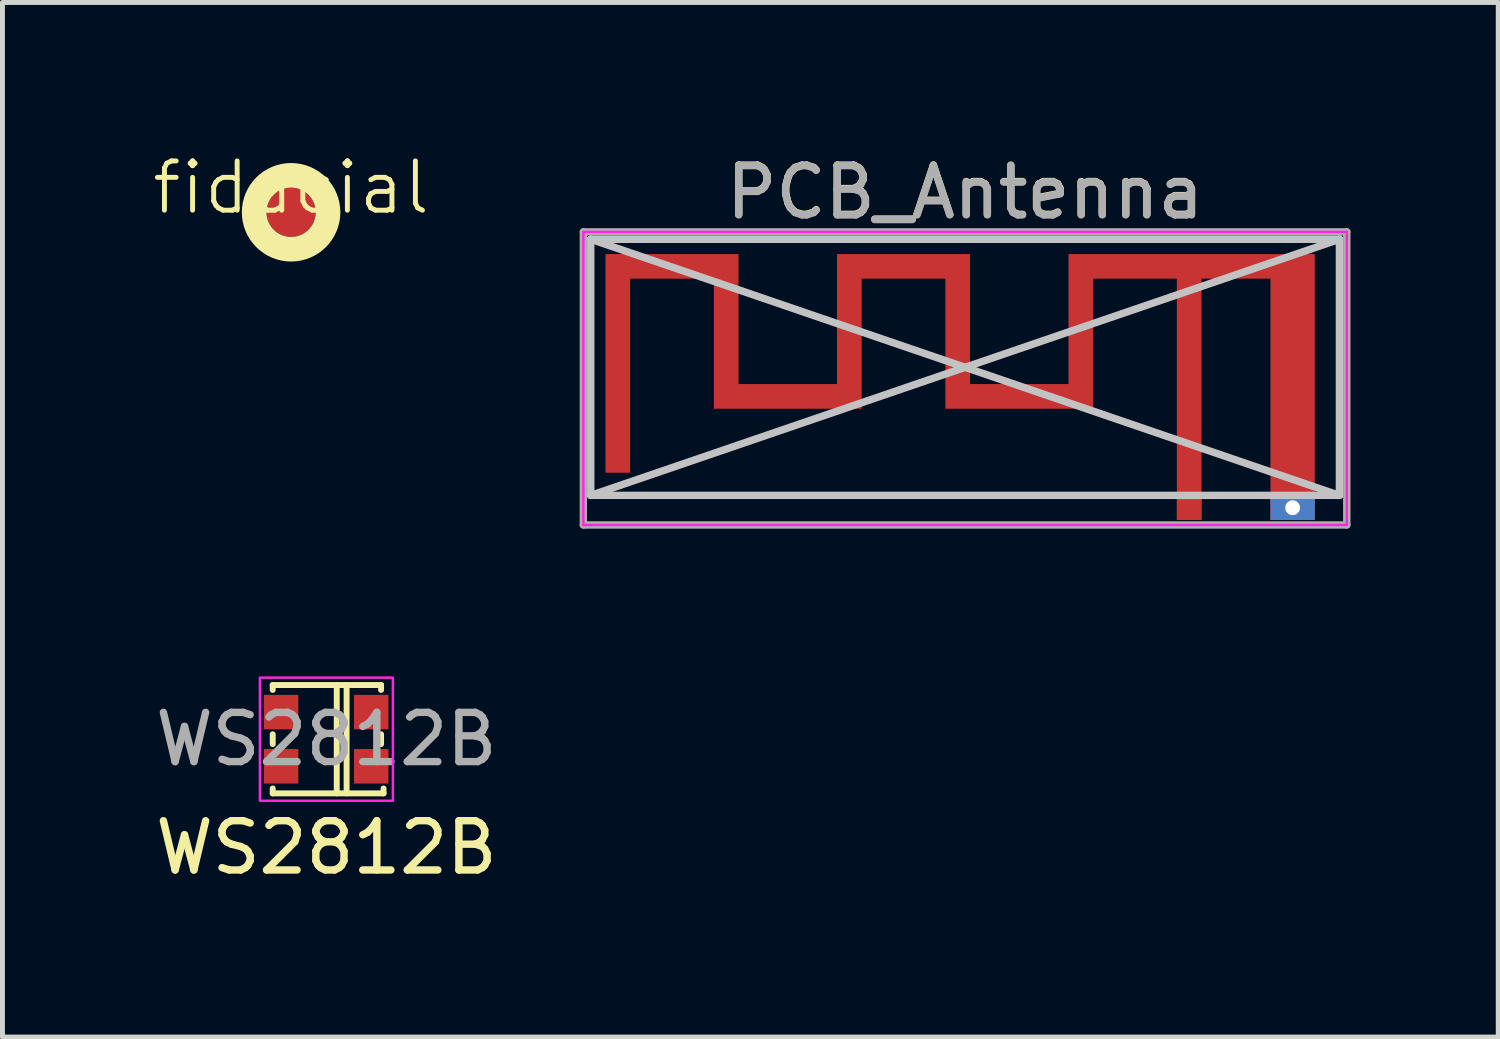
<source format=kicad_pcb>
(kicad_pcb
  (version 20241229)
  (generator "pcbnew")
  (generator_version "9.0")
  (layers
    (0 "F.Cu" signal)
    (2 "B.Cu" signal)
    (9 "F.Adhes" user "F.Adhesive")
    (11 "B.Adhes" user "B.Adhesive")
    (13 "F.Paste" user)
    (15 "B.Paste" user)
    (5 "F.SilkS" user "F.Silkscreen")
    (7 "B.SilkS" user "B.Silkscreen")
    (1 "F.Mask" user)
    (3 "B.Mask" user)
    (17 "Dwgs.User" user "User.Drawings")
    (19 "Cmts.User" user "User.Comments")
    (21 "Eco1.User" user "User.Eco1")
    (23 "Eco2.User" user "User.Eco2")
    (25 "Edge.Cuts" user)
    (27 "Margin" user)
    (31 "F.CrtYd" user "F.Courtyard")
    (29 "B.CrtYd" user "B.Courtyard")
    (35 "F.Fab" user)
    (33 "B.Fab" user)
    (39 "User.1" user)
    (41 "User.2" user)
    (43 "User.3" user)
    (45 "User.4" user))
  (footprint "WS2812B"
    (layer "F.Cu")
    (at 3.577 11.958)
    (property "Reference" "WS2812B" (at 0 2.2 0) (unlocked yes) (layer "F.SilkS") (effects (font (size 1 1) (thickness 0.15))))
    (attr smd)
    (fp_line (start -1.09 -1.1) (end 1.11 -1.1) (stroke (width 0.12) (type solid)) (layer "F.SilkS"))
    (fp_line (start -1.09 -1) (end -1.09 -1.1) (stroke (width 0.12) (type solid)) (layer "F.SilkS"))
    (fp_line (start -1.09 -0.1) (end -1.09 0.1) (stroke (width 0.12) (type solid)) (layer "F.SilkS"))
    (fp_line (start -1.09 1) (end -1.09 1.1) (stroke (width 0.12) (type solid)) (layer "F.SilkS"))
    (fp_line (start -1.09 1.1) (end 1.16 1.1) (stroke (width 0.12) (type solid)) (layer "F.SilkS"))
    (fp_line (start 0.21 1.1) (end 0.21 -1.1) (stroke (width 0.12) (type solid)) (layer "F.SilkS"))
    (fp_line (start 0.41 -1.1) (end 0.41 1.1) (stroke (width 0.12) (type solid)) (layer "F.SilkS"))
    (fp_line (start 1.11 -1.1) (end 1.11 -1) (stroke (width 0.12) (type solid)) (layer "F.SilkS"))
    (fp_line (start 1.11 -0.1) (end 1.11 0.1) (stroke (width 0.12) (type solid)) (layer "F.SilkS"))
    (fp_line (start 1.16 1.1) (end 1.16 1) (stroke (width 0.12) (type solid)) (layer "F.SilkS"))
    (fp_rect (start 1.35 -1.25) (end -1.35 1.25) (stroke (width 0.05) (type solid)) (fill no) (layer "F.CrtYd"))
    (fp_text user "${REFERENCE}" (at 0 0 0) (unlocked yes) (layer "F.Fab") (effects (font (size 1 1) (thickness 0.15))))
    (pad "1" smd rect (at 0.91 0.55) (size 0.7 0.7) (layers "F.Cu" "F.Mask" "F.Paste"))
    (pad "2" smd rect (at 0.91 -0.55) (size 0.7 0.7) (layers "F.Cu" "F.Mask" "F.Paste"))
    (pad "3" smd rect (at -0.92 -0.55) (size 0.7 0.7) (layers "F.Cu" "F.Mask" "F.Paste"))
    (pad "4" smd rect (at -0.92 0.55) (size 0.7 0.7) (layers "F.Cu" "F.Mask" "F.Paste")))
  (footprint "fiducial"
    (layer "F.Cu")
    (at 2.86 1.26)
    (property "Reference" "fiducial" (at 0 -0.5 0) (unlocked yes) (layer "F.SilkS") (effects (font (size 1 1) (thickness 0.1))))
    (attr smd board_only exclude_from_bom)
    (fp_circle (center 0 0) (end 0.75 0) (stroke (width 0.5) (type solid)) (fill no) (layer "F.SilkS"))
    (pad "1" smd circle (at 0 0) (size 1 1) (layers "F.Cu" "F.Mask")))
  (footprint "PCB_Antenna"
    (layer "F.Cu")
    (at 21.094 7.258)
    (property "Reference" "PCB_Antenna" (at -4.55 -6.41 0) (layer "F.SilkS") (effects (font (size 1 1) (thickness 0.15))))
    (attr exclude_from_pos_files exclude_from_bom)
    (fp_poly (pts (xy -2.45 -2.51) (xy -4.45 -2.51) (xy -4.45 -5.15) (xy -7.15 -5.15) (xy -7.15 -2.51) (xy -9.15 -2.51) (xy -9.15 -5.15) (xy -11.85 -5.15) (xy -11.85 -0.71) (xy -11.35 -0.71) (xy -11.35 -4.65) (xy -9.65 -4.65) (xy -9.65 -2.01) (xy -6.65 -2.01) (xy -6.65 -4.65) (xy -4.95 -4.65) (xy -4.95 -2.01) (xy -1.95 -2.01) (xy -1.95 -4.65) (xy -0.25 -4.65) (xy -0.25 0.25) (xy 0.25 0.25) (xy 0.25 -4.65) (xy 1.65 -4.65) (xy 1.65 0.25) (xy 2.55 0.25) (xy 2.55 0.007) (xy 2.248 0.007) (xy 2.238 0.054) (xy 2.214 0.097) (xy 2.176 0.13) (xy 2.168 0.134) (xy 2.125 0.146) (xy 2.077 0.145) (xy 2.031 0.132) (xy 2.013 0.122) (xy 1.979 0.087) (xy 1.958 0.041) (xy 1.952 -0.008) (xy 1.96 -0.056) (xy 1.977 -0.089) (xy 2.012 -0.121) (xy 2.058 -0.141) (xy 2.107 -0.148) (xy 2.155 -0.14) (xy 2.188 -0.123) (xy 2.223 -0.086) (xy 2.243 -0.042) (xy 2.248 0.007) (xy 2.55 0.007) (xy 2.55 -5.15) (xy -2.45 -5.15) (xy -2.45 -2.51)) (stroke (width 0) (type solid)) (fill yes) (layer "F.Cu"))
    (fp_line (start -12.15 -0.25) (end -12.15 -5.45) (stroke (width 0.15) (type solid)) (layer "Dwgs.User"))
    (fp_line (start 3.05 -5.45) (end -12.15 -5.45) (stroke (width 0.15) (type solid)) (layer "Dwgs.User"))
    (fp_line (start 3.05 -5.45) (end -12.15 -0.25) (stroke (width 0.15) (type solid)) (layer "Dwgs.User"))
    (fp_line (start 3.05 -0.25) (end -12.15 -5.45) (stroke (width 0.15) (type solid)) (layer "Dwgs.User"))
    (fp_line (start 3.05 -0.25) (end -12.15 -0.25) (stroke (width 0.15) (type solid)) (layer "Dwgs.User"))
    (fp_line (start 3.05 -0.25) (end 3.05 -5.45) (stroke (width 0.15) (type solid)) (layer "Dwgs.User"))
    (fp_line (start -12.3 -5.6) (end -12.3 0.35) (stroke (width 0.05) (type solid)) (layer "F.CrtYd"))
    (fp_line (start -12.3 0.35) (end 3.2 0.35) (stroke (width 0.05) (type solid)) (layer "F.CrtYd"))
    (fp_line (start 3.2 -5.6) (end -12.3 -5.6) (stroke (width 0.05) (type solid)) (layer "F.CrtYd"))
    (fp_line (start 3.2 0.35) (end 3.2 -5.6) (stroke (width 0.05) (type solid)) (layer "F.CrtYd"))
    (fp_line (start -12.3 -5.6) (end -12.3 0.35) (stroke (width 0.15) (type solid)) (layer "F.Fab"))
    (fp_line (start -12.3 0.35) (end 3.2 0.35) (stroke (width 0.15) (type solid)) (layer "F.Fab"))
    (fp_line (start 3.2 -5.6) (end -12.3 -5.6) (stroke (width 0.15) (type solid)) (layer "F.Fab"))
    (fp_line (start 3.2 0.35) (end 3.2 -5.6) (stroke (width 0.15) (type solid)) (layer "F.Fab"))
    (fp_text user "${REFERENCE}" (at -4.55 -6.4 0) (layer "F.Fab") (effects (font (size 1 1) (thickness 0.15))))
    (pad "1" connect rect (at 0 0) (size 0.5 0.5) (layers "F.Cu"))
    (pad "2" thru_hole rect (at 2.1 0) (size 0.9 0.5) (drill 0.3) (layers "*.Cu")))
  (gr_rect
    (start -3 -3)
    (end 27.369 18.006)
    (stroke (width 0.1) (type default))
    (fill no)
    (layer "Edge.Cuts")))
</source>
